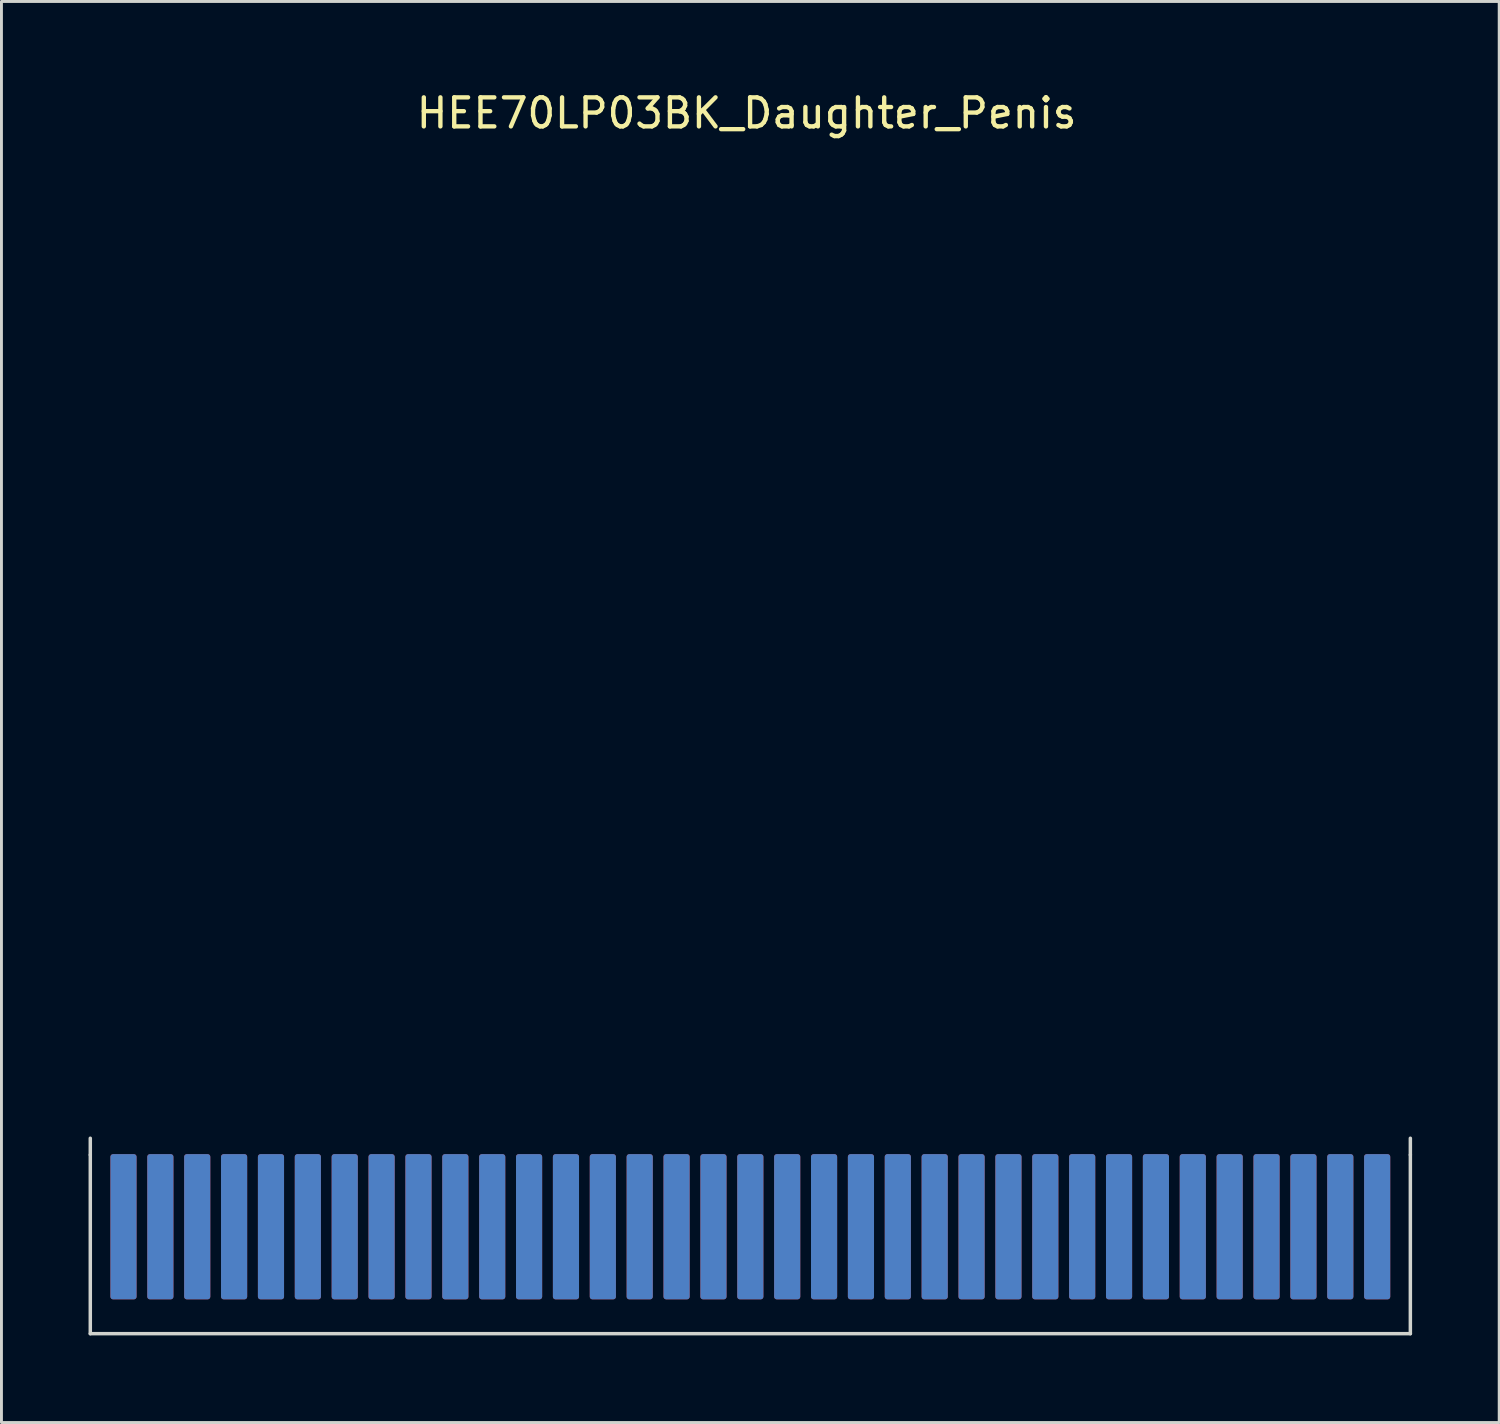
<source format=kicad_pcb>
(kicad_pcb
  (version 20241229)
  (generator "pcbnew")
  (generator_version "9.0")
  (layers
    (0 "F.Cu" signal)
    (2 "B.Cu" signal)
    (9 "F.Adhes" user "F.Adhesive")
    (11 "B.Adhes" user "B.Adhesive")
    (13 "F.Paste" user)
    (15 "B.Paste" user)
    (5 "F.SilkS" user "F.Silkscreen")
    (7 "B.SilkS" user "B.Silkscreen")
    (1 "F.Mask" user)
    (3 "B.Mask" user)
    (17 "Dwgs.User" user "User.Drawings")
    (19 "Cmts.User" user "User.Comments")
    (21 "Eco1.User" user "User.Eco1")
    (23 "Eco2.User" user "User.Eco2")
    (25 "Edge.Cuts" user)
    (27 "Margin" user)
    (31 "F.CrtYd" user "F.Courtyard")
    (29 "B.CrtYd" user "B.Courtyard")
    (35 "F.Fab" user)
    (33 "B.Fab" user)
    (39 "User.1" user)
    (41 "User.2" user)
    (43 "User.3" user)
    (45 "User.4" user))
  (footprint "HEE70LP03BK_Daughter_Penis"
    (layer "F.Cu")
    (at 22.793 40.726)
    (property "Reference" "HEE70LP03BK_Daughter_Penis" (at -0.127 -39.878 0) (unlocked yes) (layer "F.SilkS") (effects (font (size 1 1) (thickness 0.15))))
    (attr smd)
    (fp_line (start -22.733 -4) (end -22.733 -4.572) (stroke (width 0.12) (type default)) (layer "Edge.Cuts"))
    (fp_line (start -22.733 -4) (end -22.733 2.159) (stroke (width 0.12) (type default)) (layer "Edge.Cuts"))
    (fp_line (start -22.733 2.159) (end 22.733 2.159) (stroke (width 0.12) (type default)) (layer "Edge.Cuts"))
    (fp_line (start 22.733 -4) (end 22.733 -4.572) (stroke (width 0.12) (type default)) (layer "Edge.Cuts"))
    (fp_line (start 22.733 2.159) (end 22.733 -4) (stroke (width 0.12) (type default)) (layer "Edge.Cuts"))
    (pad "1" smd roundrect (at -17.78 -1.524) (size 0.9 5) (layers "F.Cu" "F.Mask" "F.Paste") (roundrect_rratio 0.1))
    (pad "2" smd roundrect (at -16.51 -1.524) (size 0.9 5) (layers "F.Cu" "F.Mask" "F.Paste") (roundrect_rratio 0.1))
    (pad "3" smd roundrect (at -15.24 -1.524) (size 0.9 5) (layers "F.Cu" "F.Mask" "F.Paste") (roundrect_rratio 0.1))
    (pad "4" smd roundrect (at -13.97 -1.524) (size 0.9 5) (layers "F.Cu" "F.Mask" "F.Paste") (roundrect_rratio 0.1))
    (pad "5" smd roundrect (at -12.7 -1.524) (size 0.9 5) (layers "F.Cu" "F.Mask" "F.Paste") (roundrect_rratio 0.1))
    (pad "6" smd roundrect (at -11.43 -1.524) (size 0.9 5) (layers "F.Cu" "F.Mask" "F.Paste") (roundrect_rratio 0.1))
    (pad "7" smd roundrect (at -10.16 -1.524) (size 0.9 5) (layers "F.Cu" "F.Mask" "F.Paste") (roundrect_rratio 0.1))
    (pad "8" smd roundrect (at -8.89 -1.524) (size 0.9 5) (layers "F.Cu" "F.Mask" "F.Paste") (roundrect_rratio 0.1))
    (pad "9" smd roundrect (at -7.62 -1.524) (size 0.9 5) (layers "F.Cu" "F.Mask" "F.Paste") (roundrect_rratio 0.1))
    (pad "10" smd roundrect (at -6.35 -1.524) (size 0.9 5) (layers "F.Cu" "F.Mask" "F.Paste") (roundrect_rratio 0.1))
    (pad "11" smd roundrect (at -5.08 -1.524) (size 0.9 5) (layers "F.Cu" "F.Mask" "F.Paste") (roundrect_rratio 0.1))
    (pad "12" smd roundrect (at -3.81 -1.524) (size 0.9 5) (layers "F.Cu" "F.Mask" "F.Paste") (roundrect_rratio 0.1))
    (pad "13" smd roundrect (at -2.54 -1.524) (size 0.9 5) (layers "F.Cu" "F.Mask" "F.Paste") (roundrect_rratio 0.1))
    (pad "14" smd roundrect (at -1.27 -1.524) (size 0.9 5) (layers "F.Cu" "F.Mask" "F.Paste") (roundrect_rratio 0.1))
    (pad "15" smd roundrect (at 0 -1.524) (size 0.9 5) (layers "F.Cu" "F.Mask" "F.Paste") (roundrect_rratio 0.1))
    (pad "16" smd roundrect (at 1.27 -1.524) (size 0.9 5) (layers "F.Cu" "F.Mask" "F.Paste") (roundrect_rratio 0.1))
    (pad "17" smd roundrect (at 2.54 -1.524) (size 0.9 5) (layers "F.Cu" "F.Mask" "F.Paste") (roundrect_rratio 0.1))
    (pad "18" smd roundrect (at 3.81 -1.524) (size 0.9 5) (layers "F.Cu" "F.Mask" "F.Paste") (roundrect_rratio 0.1))
    (pad "19" smd roundrect (at 5.08 -1.524) (size 0.9 5) (layers "F.Cu" "F.Mask" "F.Paste") (roundrect_rratio 0.1))
    (pad "20" smd roundrect (at 6.35 -1.524) (size 0.9 5) (layers "F.Cu" "F.Mask" "F.Paste") (roundrect_rratio 0.1))
    (pad "21" smd roundrect (at 7.62 -1.524) (size 0.9 5) (layers "F.Cu" "F.Mask" "F.Paste") (roundrect_rratio 0.1))
    (pad "22" smd roundrect (at 8.89 -1.524) (size 0.9 5) (layers "F.Cu" "F.Mask" "F.Paste") (roundrect_rratio 0.1))
    (pad "23" smd roundrect (at 10.16 -1.524) (size 0.9 5) (layers "F.Cu" "F.Mask" "F.Paste") (roundrect_rratio 0.1))
    (pad "24" smd roundrect (at 11.43 -1.524) (size 0.9 5) (layers "F.Cu" "F.Mask" "F.Paste") (roundrect_rratio 0.1))
    (pad "25" smd roundrect (at 12.7 -1.524) (size 0.9 5) (layers "F.Cu" "F.Mask" "F.Paste") (roundrect_rratio 0.1))
    (pad "26" smd roundrect (at 13.97 -1.524) (size 0.9 5) (layers "F.Cu" "F.Mask" "F.Paste") (roundrect_rratio 0.1))
    (pad "27" smd roundrect (at 15.24 -1.524) (size 0.9 5) (layers "F.Cu" "F.Mask" "F.Paste") (roundrect_rratio 0.1))
    (pad "28" smd roundrect (at 16.51 -1.524) (size 0.9 5) (layers "F.Cu" "F.Mask" "F.Paste") (roundrect_rratio 0.1))
    (pad "29" smd roundrect (at 17.78 -1.524) (size 0.9 5) (layers "F.Cu" "F.Mask" "F.Paste") (roundrect_rratio 0.1))
    (pad "30" smd roundrect (at 19.05 -1.524) (size 0.9 5) (layers "F.Cu" "F.Mask" "F.Paste") (roundrect_rratio 0.1))
    (pad "31" smd roundrect (at -17.78 -1.524) (size 0.9 5) (layers "B.Cu" "B.Mask" "B.Paste") (roundrect_rratio 0.1))
    (pad "32" smd roundrect (at -16.51 -1.524) (size 0.9 5) (layers "B.Cu" "B.Mask" "B.Paste") (roundrect_rratio 0.1))
    (pad "33" smd roundrect (at -15.24 -1.524) (size 0.9 5) (layers "B.Cu" "B.Mask" "B.Paste") (roundrect_rratio 0.1))
    (pad "34" smd roundrect (at -13.97 -1.524) (size 0.9 5) (layers "B.Cu" "B.Mask" "B.Paste") (roundrect_rratio 0.1))
    (pad "35" smd roundrect (at -12.7 -1.524) (size 0.9 5) (layers "B.Cu" "B.Mask" "B.Paste") (roundrect_rratio 0.1))
    (pad "36" smd roundrect (at -11.43 -1.524) (size 0.9 5) (layers "B.Cu" "B.Mask" "B.Paste") (roundrect_rratio 0.1))
    (pad "37" smd roundrect (at -10.16 -1.524) (size 0.9 5) (layers "B.Cu" "B.Mask" "B.Paste") (roundrect_rratio 0.1))
    (pad "38" smd roundrect (at -8.89 -1.524) (size 0.9 5) (layers "B.Cu" "B.Mask" "B.Paste") (roundrect_rratio 0.1))
    (pad "39" smd roundrect (at -7.62 -1.524) (size 0.9 5) (layers "B.Cu" "B.Mask" "B.Paste") (roundrect_rratio 0.1))
    (pad "40" smd roundrect (at -6.35 -1.524) (size 0.9 5) (layers "B.Cu" "B.Mask" "B.Paste") (roundrect_rratio 0.1))
    (pad "41" smd roundrect (at -5.08 -1.524) (size 0.9 5) (layers "B.Cu" "B.Mask" "B.Paste") (roundrect_rratio 0.1))
    (pad "42" smd roundrect (at -3.81 -1.524) (size 0.9 5) (layers "B.Cu" "B.Mask" "B.Paste") (roundrect_rratio 0.1))
    (pad "43" smd roundrect (at -2.54 -1.524) (size 0.9 5) (layers "B.Cu" "B.Mask" "B.Paste") (roundrect_rratio 0.1))
    (pad "44" smd roundrect (at -1.27 -1.524) (size 0.9 5) (layers "B.Cu" "B.Mask" "B.Paste") (roundrect_rratio 0.1))
    (pad "45" smd roundrect (at 0 -1.524) (size 0.9 5) (layers "B.Cu" "B.Mask" "B.Paste") (roundrect_rratio 0.1))
    (pad "46" smd roundrect (at 1.27 -1.524) (size 0.9 5) (layers "B.Cu" "B.Mask" "B.Paste") (roundrect_rratio 0.1))
    (pad "47" smd roundrect (at 2.54 -1.524) (size 0.9 5) (layers "B.Cu" "B.Mask" "B.Paste") (roundrect_rratio 0.1))
    (pad "48" smd roundrect (at 3.81 -1.524) (size 0.9 5) (layers "B.Cu" "B.Mask" "B.Paste") (roundrect_rratio 0.1))
    (pad "49" smd roundrect (at 5.08 -1.524) (size 0.9 5) (layers "B.Cu" "B.Mask" "B.Paste") (roundrect_rratio 0.1))
    (pad "50" smd roundrect (at 6.35 -1.524) (size 0.9 5) (layers "B.Cu" "B.Mask" "B.Paste") (roundrect_rratio 0.1))
    (pad "51" smd roundrect (at 7.62 -1.524) (size 0.9 5) (layers "B.Cu" "B.Mask" "B.Paste") (roundrect_rratio 0.1))
    (pad "52" smd roundrect (at 8.89 -1.524) (size 0.9 5) (layers "B.Cu" "B.Mask" "B.Paste") (roundrect_rratio 0.1))
    (pad "53" smd roundrect (at 10.16 -1.524) (size 0.9 5) (layers "B.Cu" "B.Mask" "B.Paste") (roundrect_rratio 0.1))
    (pad "54" smd roundrect (at 11.43 -1.524) (size 0.9 5) (layers "B.Cu" "B.Mask" "B.Paste") (roundrect_rratio 0.1))
    (pad "55" smd roundrect (at 12.7 -1.524) (size 0.9 5) (layers "B.Cu" "B.Mask" "B.Paste") (roundrect_rratio 0.1))
    (pad "56" smd roundrect (at 13.97 -1.524) (size 0.9 5) (layers "B.Cu" "B.Mask" "B.Paste") (roundrect_rratio 0.1))
    (pad "57" smd roundrect (at 15.24 -1.524) (size 0.9 5) (layers "B.Cu" "B.Mask" "B.Paste") (roundrect_rratio 0.1))
    (pad "58" smd roundrect (at 16.51 -1.524) (size 0.9 5) (layers "B.Cu" "B.Mask" "B.Paste") (roundrect_rratio 0.1))
    (pad "59" smd roundrect (at 17.78 -1.524) (size 0.9 5) (layers "B.Cu" "B.Mask" "B.Paste") (roundrect_rratio 0.1))
    (pad "60" smd roundrect (at 19.05 -1.524) (size 0.9 5) (layers "B.Cu" "B.Mask" "B.Paste") (roundrect_rratio 0.1))
    (pad "61" smd roundrect (at 20.32 -1.524) (size 0.9 5) (layers "F.Cu" "F.Mask" "F.Paste") (roundrect_rratio 0.1))
    (pad "62" smd roundrect (at 21.59 -1.524) (size 0.9 5) (layers "F.Cu" "F.Mask" "F.Paste") (roundrect_rratio 0.1))
    (pad "63" smd roundrect (at 20.32 -1.524) (size 0.9 5) (layers "B.Cu" "B.Mask" "B.Paste") (roundrect_rratio 0.1))
    (pad "64" smd roundrect (at 21.59 -1.524) (size 0.9 5) (layers "B.Cu" "B.Mask" "B.Paste") (roundrect_rratio 0.1))
    (pad "65" smd roundrect (at -21.59 -1.524) (size 0.9 5) (layers "B.Cu" "B.Mask" "B.Paste") (roundrect_rratio 0.1))
    (pad "66" smd roundrect (at -20.32 -1.524) (size 0.9 5) (layers "B.Cu" "B.Mask" "B.Paste") (roundrect_rratio 0.1))
    (pad "67" smd roundrect (at -19.05 -1.524) (size 0.9 5) (layers "B.Cu" "B.Mask" "B.Paste") (roundrect_rratio 0.1))
    (pad "68" smd roundrect (at -21.59 -1.524) (size 0.9 5) (layers "F.Cu" "F.Mask" "F.Paste") (roundrect_rratio 0.1))
    (pad "69" smd roundrect (at -20.32 -1.524) (size 0.9 5) (layers "F.Cu" "F.Mask" "F.Paste") (roundrect_rratio 0.1))
    (pad "70" smd roundrect (at -19.05 -1.524) (size 0.9 5) (layers "F.Cu" "F.Mask" "F.Paste") (roundrect_rratio 0.1)))
  (gr_rect
    (start -3 -3)
    (end 48.586 45.945)
    (stroke (width 0.1) (type default))
    (fill no)
    (layer "Edge.Cuts")))
</source>
